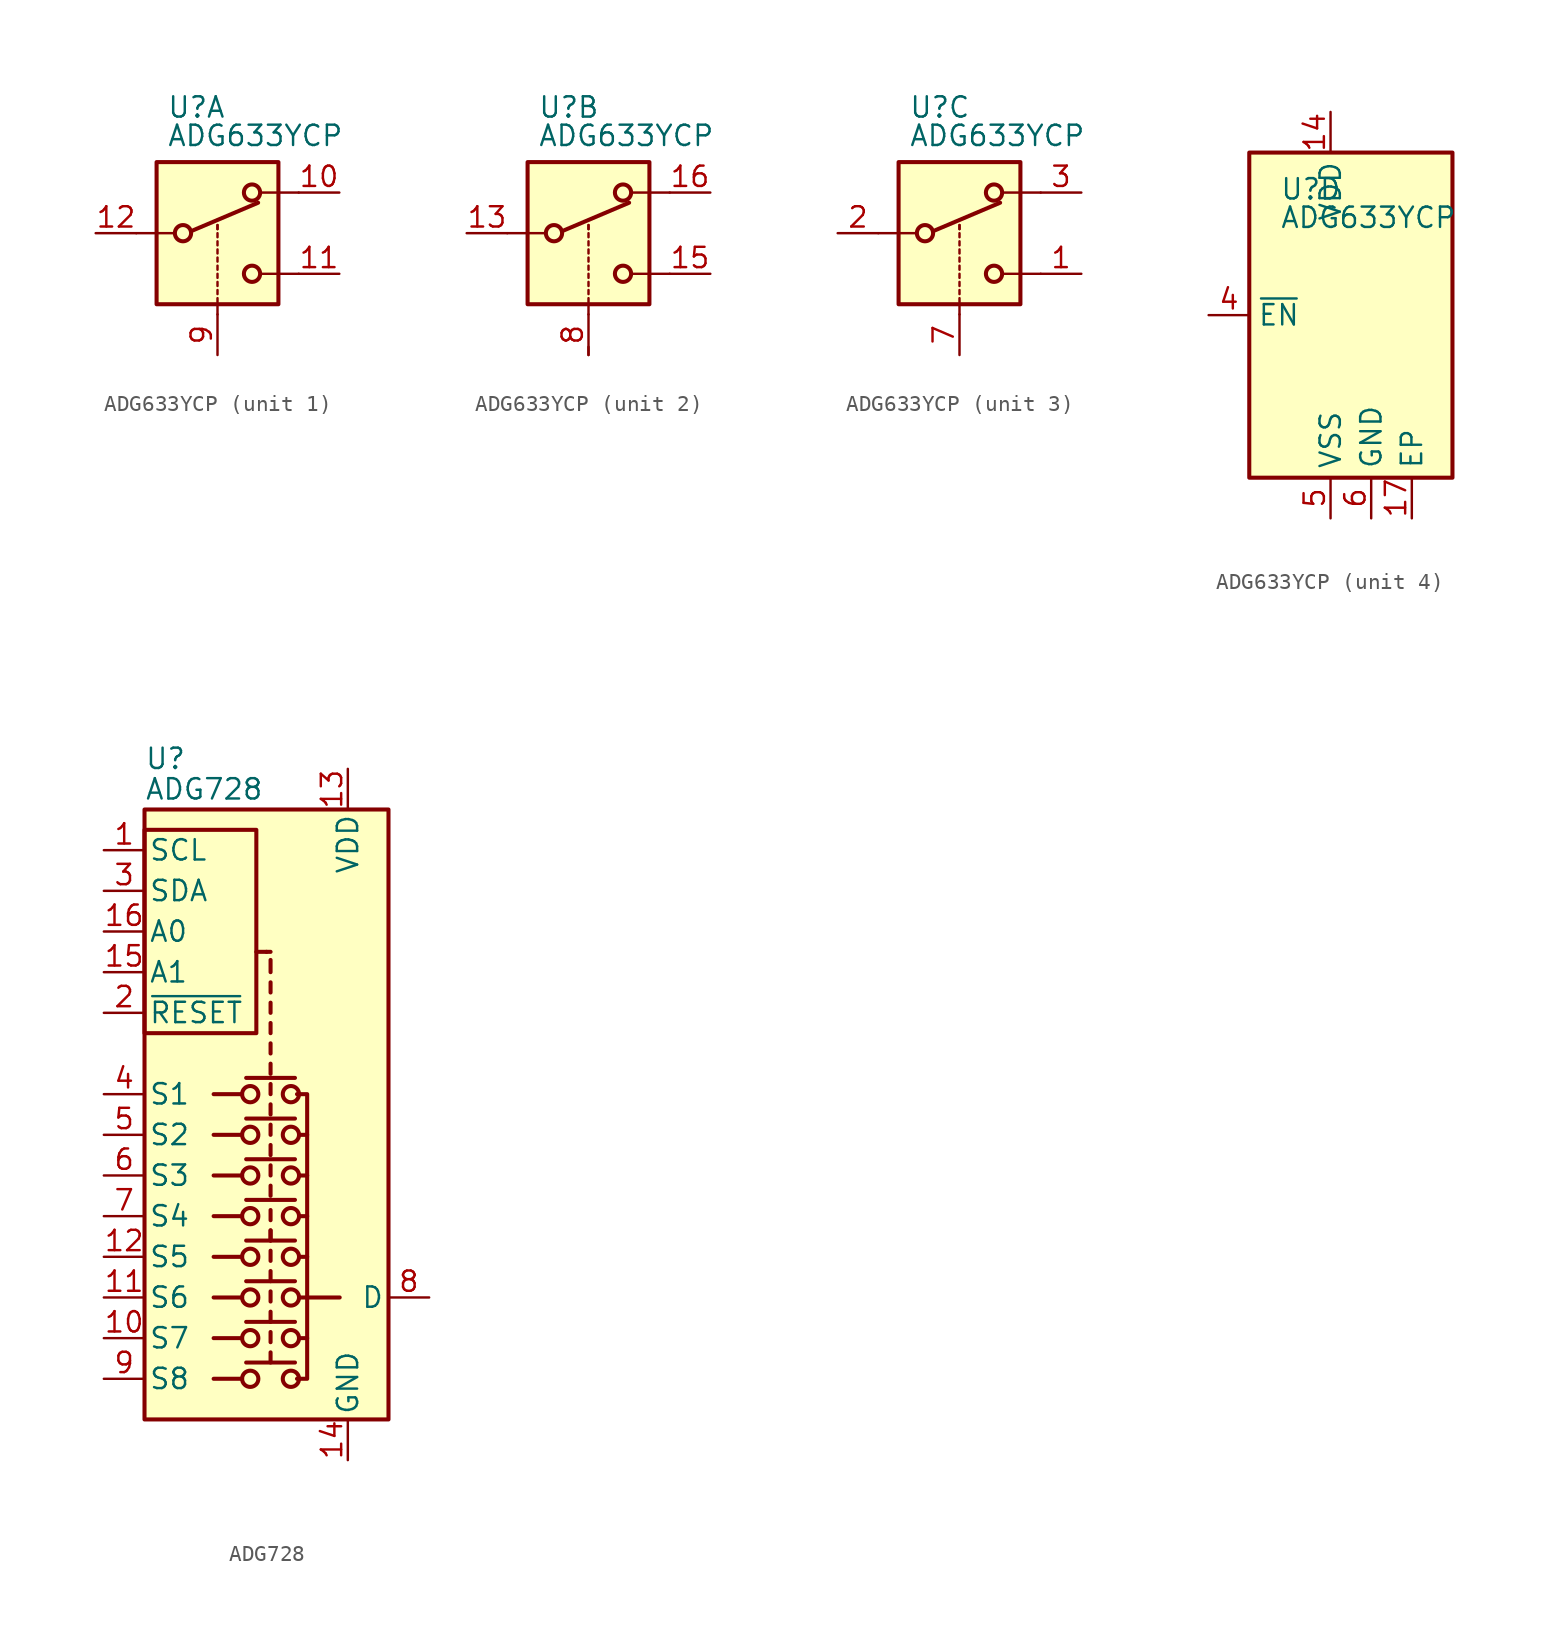
<source format=kicad_sym>
(kicad_symbol_lib
  (version 20231120)
  (generator "kicad_symbol_editor")
  (generator_version "8.0")
  (symbol "ADG633YCP"
    (property "Reference" "U"
      (at -3.175 7.874 0)
      (effects (font (size 1.27 1.27)) (justify left)))
    (property "Value" "ADG633YCP"
      (at -3.175 6.096 0)
      (effects (font (size 1.27 1.27)) (justify left)))
    (symbol "ADG633YCP_1_1"
      (rectangle (start -3.81 4.445) (end 3.81 -4.445) (stroke (width 0.254) (type default)) (fill (type background)))
      (circle (center -2.159 0) (radius 0.508) (stroke (width 0.254) (type default)) (fill (type none)))
      (polyline (pts (xy -5.08 0) (xy -2.794 0)) (stroke (width 0) (type default)) (fill (type none)))
      (polyline (pts (xy -1.651 0.127) (xy 2.54 1.905)) (stroke (width 0.254) (type default)) (fill (type none)))
      (polyline (pts (xy 0 -5.08) (xy 0 -4.572)) (stroke (width 0) (type default)) (fill (type none)))
      (polyline (pts (xy 0 -4.318) (xy 0 -4.064)) (stroke (width 0) (type default)) (fill (type none)))
      (polyline (pts (xy 0 -3.81) (xy 0 -3.556)) (stroke (width 0) (type default)) (fill (type none)))
      (polyline (pts (xy 0 -3.302) (xy 0 -3.048)) (stroke (width 0) (type default)) (fill (type none)))
      (polyline (pts (xy 0 -2.794) (xy 0 -2.54)) (stroke (width 0) (type default)) (fill (type none)))
      (polyline (pts (xy 0 -2.286) (xy 0 -2.032)) (stroke (width 0) (type default)) (fill (type none)))
      (polyline (pts (xy 0 -1.778) (xy 0 -1.524)) (stroke (width 0) (type default)) (fill (type none)))
      (polyline (pts (xy 0 -1.27) (xy 0 -1.016)) (stroke (width 0) (type default)) (fill (type none)))
      (polyline (pts (xy 0 -0.762) (xy 0 -0.508)) (stroke (width 0) (type default)) (fill (type none)))
      (polyline (pts (xy 0 -0.254) (xy 0 0)) (stroke (width 0) (type default)) (fill (type none)))
      (polyline (pts (xy 0 0.254) (xy 0 0.508)) (stroke (width 0) (type default)) (fill (type none)))
      (polyline (pts (xy 0 0.254) (xy 0 0.508)) (stroke (width 0) (type default)) (fill (type none)))
      (polyline (pts (xy 5.08 -2.54) (xy 2.794 -2.54)) (stroke (width 0) (type default)) (fill (type none)))
      (polyline (pts (xy 5.08 2.54) (xy 2.794 2.54)) (stroke (width 0) (type default)) (fill (type none)))
      (circle (center 2.159 -2.54) (radius 0.508) (stroke (width 0.254) (type default)) (fill (type none)))
      (circle (center 2.159 2.54) (radius 0.508) (stroke (width 0.254) (type default)) (fill (type none)))
      (pin passive line (at 7.62 2.54 180) (length 2.54) (name "~" (effects (font (size 1.27 1.27)))) (number "10" (effects (font (size 1.27 1.27)))))
      (pin passive line (at 7.62 -2.54 180) (length 2.54) (name "~" (effects (font (size 1.27 1.27)))) (number "11" (effects (font (size 1.27 1.27)))))
      (pin passive line (at -7.62 0 0) (length 2.54) (name "~" (effects (font (size 1.27 1.27)))) (number "12" (effects (font (size 1.27 1.27)))))
      (pin input line (at 0 -7.62 90) (length 2.54) (name "~" (effects (font (size 1.27 1.27)))) (number "9" (effects (font (size 1.27 1.27))))))
    (symbol "ADG633YCP_2_1"
      (rectangle (start -3.81 4.445) (end 3.81 -4.445) (stroke (width 0.254) (type default)) (fill (type background)))
      (circle (center -2.159 0) (radius 0.508) (stroke (width 0.254) (type default)) (fill (type none)))
      (polyline (pts (xy -5.08 0) (xy -2.794 0)) (stroke (width 0) (type default)) (fill (type none)))
      (polyline (pts (xy -1.651 0.127) (xy 2.54 1.905)) (stroke (width 0.254) (type default)) (fill (type none)))
      (polyline (pts (xy 0 -7.62) (xy 0 -7.112)) (stroke (width 0) (type default)) (fill (type none)))
      (polyline (pts (xy 0 -5.08) (xy 0 -4.572)) (stroke (width 0) (type default)) (fill (type none)))
      (polyline (pts (xy 0 -4.318) (xy 0 -4.064)) (stroke (width 0) (type default)) (fill (type none)))
      (polyline (pts (xy 0 -3.81) (xy 0 -3.556)) (stroke (width 0) (type default)) (fill (type none)))
      (polyline (pts (xy 0 -3.302) (xy 0 -3.048)) (stroke (width 0) (type default)) (fill (type none)))
      (polyline (pts (xy 0 -2.794) (xy 0 -2.54)) (stroke (width 0) (type default)) (fill (type none)))
      (polyline (pts (xy 0 -2.286) (xy 0 -2.032)) (stroke (width 0) (type default)) (fill (type none)))
      (polyline (pts (xy 0 -1.778) (xy 0 -1.524)) (stroke (width 0) (type default)) (fill (type none)))
      (polyline (pts (xy 0 -1.27) (xy 0 -1.016)) (stroke (width 0) (type default)) (fill (type none)))
      (polyline (pts (xy 0 -0.762) (xy 0 -0.508)) (stroke (width 0) (type default)) (fill (type none)))
      (polyline (pts (xy 0 -0.254) (xy 0 0)) (stroke (width 0) (type default)) (fill (type none)))
      (polyline (pts (xy 0 0.254) (xy 0 0.508)) (stroke (width 0) (type default)) (fill (type none)))
      (polyline (pts (xy 0 0.254) (xy 0 0.508)) (stroke (width 0) (type default)) (fill (type none)))
      (polyline (pts (xy 5.08 -2.54) (xy 2.794 -2.54)) (stroke (width 0) (type default)) (fill (type none)))
      (polyline (pts (xy 5.08 2.54) (xy 2.794 2.54)) (stroke (width 0) (type default)) (fill (type none)))
      (circle (center 2.159 -2.54) (radius 0.508) (stroke (width 0.254) (type default)) (fill (type none)))
      (circle (center 2.159 2.54) (radius 0.508) (stroke (width 0.254) (type default)) (fill (type none)))
      (pin passive line (at -7.62 0 0) (length 2.54) (name "~" (effects (font (size 1.27 1.27)))) (number "13" (effects (font (size 1.27 1.27)))))
      (pin passive line (at 7.62 -2.54 180) (length 2.54) (name "~" (effects (font (size 1.27 1.27)))) (number "15" (effects (font (size 1.27 1.27)))))
      (pin passive line (at 7.62 2.54 180) (length 2.54) (name "~" (effects (font (size 1.27 1.27)))) (number "16" (effects (font (size 1.27 1.27)))))
      (pin input line (at 0 -7.62 90) (length 2.54) (name "~" (effects (font (size 1.27 1.27)))) (number "8" (effects (font (size 1.27 1.27))))))
    (symbol "ADG633YCP_3_1"
      (rectangle (start -3.81 4.445) (end 3.81 -4.445) (stroke (width 0.254) (type default)) (fill (type background)))
      (circle (center -2.159 0) (radius 0.508) (stroke (width 0.254) (type default)) (fill (type none)))
      (polyline (pts (xy -5.08 0) (xy -2.794 0)) (stroke (width 0) (type default)) (fill (type none)))
      (polyline (pts (xy -1.651 0.127) (xy 2.54 1.905)) (stroke (width 0.254) (type default)) (fill (type none)))
      (polyline (pts (xy 0 -5.08) (xy 0 -4.572)) (stroke (width 0) (type default)) (fill (type none)))
      (polyline (pts (xy 0 -4.318) (xy 0 -4.064)) (stroke (width 0) (type default)) (fill (type none)))
      (polyline (pts (xy 0 -3.81) (xy 0 -3.556)) (stroke (width 0) (type default)) (fill (type none)))
      (polyline (pts (xy 0 -3.302) (xy 0 -3.048)) (stroke (width 0) (type default)) (fill (type none)))
      (polyline (pts (xy 0 -2.794) (xy 0 -2.54)) (stroke (width 0) (type default)) (fill (type none)))
      (polyline (pts (xy 0 -2.286) (xy 0 -2.032)) (stroke (width 0) (type default)) (fill (type none)))
      (polyline (pts (xy 0 -1.778) (xy 0 -1.524)) (stroke (width 0) (type default)) (fill (type none)))
      (polyline (pts (xy 0 -1.27) (xy 0 -1.016)) (stroke (width 0) (type default)) (fill (type none)))
      (polyline (pts (xy 0 -0.762) (xy 0 -0.508)) (stroke (width 0) (type default)) (fill (type none)))
      (polyline (pts (xy 0 -0.254) (xy 0 0)) (stroke (width 0) (type default)) (fill (type none)))
      (polyline (pts (xy 0 0.254) (xy 0 0.508)) (stroke (width 0) (type default)) (fill (type none)))
      (polyline (pts (xy 0 0.254) (xy 0 0.508)) (stroke (width 0) (type default)) (fill (type none)))
      (polyline (pts (xy 5.08 -2.54) (xy 2.794 -2.54)) (stroke (width 0) (type default)) (fill (type none)))
      (polyline (pts (xy 5.08 2.54) (xy 2.794 2.54)) (stroke (width 0) (type default)) (fill (type none)))
      (circle (center 2.159 -2.54) (radius 0.508) (stroke (width 0.254) (type default)) (fill (type none)))
      (circle (center 2.159 2.54) (radius 0.508) (stroke (width 0.254) (type default)) (fill (type none)))
      (pin passive line (at 7.62 -2.54 180) (length 2.54) (name "~" (effects (font (size 1.27 1.27)))) (number "1" (effects (font (size 1.27 1.27)))))
      (pin passive line (at -7.62 0 0) (length 2.54) (name "~" (effects (font (size 1.27 1.27)))) (number "2" (effects (font (size 1.27 1.27)))))
      (pin passive line (at 7.62 2.54 180) (length 2.54) (name "~" (effects (font (size 1.27 1.27)))) (number "3" (effects (font (size 1.27 1.27)))))
      (pin input line (at 0 -7.62 90) (length 2.54) (name "~" (effects (font (size 1.27 1.27)))) (number "7" (effects (font (size 1.27 1.27))))))
    (symbol "ADG633YCP_4_0"
      (pin power_in line (at 0 12.7 270) (length 2.54) (name "VDD" (effects (font (size 1.27 1.27)))) (number "14" (effects (font (size 1.27 1.27)))))
      (pin power_in line (at 5.08 -12.7 90) (length 2.54) (name "EP" (effects (font (size 1.27 1.27)))) (number "17" (effects (font (size 1.27 1.27)))))
      (pin input line (at -7.62 0 0) (length 2.54) (name "~{EN}" (effects (font (size 1.27 1.27)))) (number "4" (effects (font (size 1.27 1.27)))))
      (pin power_in line (at 0 -12.7 90) (length 2.54) (name "VSS" (effects (font (size 1.27 1.27)))) (number "5" (effects (font (size 1.27 1.27)))))
      (pin power_in line (at 2.54 -12.7 90) (length 2.54) (name "GND" (effects (font (size 1.27 1.27)))) (number "6" (effects (font (size 1.27 1.27))))))
    (symbol "ADG633YCP_4_1"
      (rectangle (start -5.08 10.16) (end 7.62 -10.16) (stroke (width 0.254) (type default)) (fill (type background)))))
  (symbol "ADG728"
    (pin_names
      (offset 0.254))
    (property "Reference" "U"
      (at -7.62 23.495 0)
      (effects (font (size 1.27 1.27)) (justify left)))
    (property "Value" "ADG728"
      (at -7.62 21.59 0)
      (effects (font (size 1.27 1.27)) (justify left)))
    (symbol "ADG728_0_1"
      (rectangle (start -7.62 6.35) (end -0.635 19.05) (stroke (width 0.254) (type default)) (fill (type none)))
      (rectangle (start -7.62 20.32) (end 7.62 -17.78) (stroke (width 0.254) (type default)) (fill (type background)))
      (circle (center -1.016 -15.24) (radius 0.508) (stroke (width 0.254) (type default)) (fill (type none)))
      (circle (center -1.016 -12.7) (radius 0.508) (stroke (width 0.254) (type default)) (fill (type none)))
      (circle (center -1.016 -10.16) (radius 0.508) (stroke (width 0.254) (type default)) (fill (type none)))
      (circle (center -1.016 -7.62) (radius 0.508) (stroke (width 0.254) (type default)) (fill (type none)))
      (circle (center -1.016 -5.08) (radius 0.508) (stroke (width 0.254) (type default)) (fill (type none)))
      (circle (center -1.016 -2.54) (radius 0.508) (stroke (width 0.254) (type default)) (fill (type none)))
      (circle (center -1.016 0) (radius 0.508) (stroke (width 0.254) (type default)) (fill (type none)))
      (circle (center -1.016 2.54) (radius 0.508) (stroke (width 0.254) (type default)) (fill (type none)))
      (polyline (pts (xy -1.524 -15.24) (xy -3.302 -15.24)) (stroke (width 0.254) (type default)) (fill (type none)))
      (polyline (pts (xy -1.524 -12.7) (xy -3.302 -12.7)) (stroke (width 0.254) (type default)) (fill (type none)))
      (polyline (pts (xy -1.524 -10.16) (xy -3.302 -10.16)) (stroke (width 0.254) (type default)) (fill (type none)))
      (polyline (pts (xy -1.524 -7.62) (xy -3.302 -7.62)) (stroke (width 0.254) (type default)) (fill (type none)))
      (polyline (pts (xy -1.524 -5.08) (xy -3.302 -5.08)) (stroke (width 0.254) (type default)) (fill (type none)))
      (polyline (pts (xy -1.524 -2.54) (xy -3.302 -2.54)) (stroke (width 0.254) (type default)) (fill (type none)))
      (polyline (pts (xy -1.524 0) (xy -3.302 0)) (stroke (width 0.254) (type default)) (fill (type none)))
      (polyline (pts (xy -1.524 2.54) (xy -3.302 2.54)) (stroke (width 0.254) (type default)) (fill (type none)))
      (polyline (pts (xy -1.27 -14.224) (xy 1.778 -14.224)) (stroke (width 0.254) (type default)) (fill (type none)))
      (polyline (pts (xy -1.27 -11.684) (xy 1.778 -11.684)) (stroke (width 0.254) (type default)) (fill (type none)))
      (polyline (pts (xy -1.27 -9.144) (xy 1.778 -9.144)) (stroke (width 0.254) (type default)) (fill (type none)))
      (polyline (pts (xy -1.27 -6.604) (xy 1.778 -6.604)) (stroke (width 0.254) (type default)) (fill (type none)))
      (polyline (pts (xy -1.27 -4.064) (xy 1.778 -4.064)) (stroke (width 0.254) (type default)) (fill (type none)))
      (polyline (pts (xy -1.27 -1.524) (xy 1.778 -1.524)) (stroke (width 0.254) (type default)) (fill (type none)))
      (polyline (pts (xy -1.27 1.016) (xy 1.778 1.016)) (stroke (width 0.254) (type default)) (fill (type none)))
      (polyline (pts (xy -1.27 3.556) (xy 1.778 3.556)) (stroke (width 0.254) (type default)) (fill (type none)))
      (polyline (pts (xy -0.635 11.43) (xy 0 11.43)) (stroke (width 0.254) (type default)) (fill (type none)))
      (polyline (pts (xy 0.254 -14.224) (xy 0.254 -13.589)) (stroke (width 0.254) (type default)) (fill (type none)))
      (polyline (pts (xy 0.254 -12.954) (xy 0.254 -12.319)) (stroke (width 0.254) (type default)) (fill (type none)))
      (polyline (pts (xy 0.254 -11.684) (xy 0.254 -11.049)) (stroke (width 0.254) (type default)) (fill (type none)))
      (polyline (pts (xy 0.254 -10.414) (xy 0.254 -9.779)) (stroke (width 0.254) (type default)) (fill (type none)))
      (polyline (pts (xy 0.254 -9.144) (xy 0.254 -8.509)) (stroke (width 0.254) (type default)) (fill (type none)))
      (polyline (pts (xy 0.254 -7.874) (xy 0.254 -7.239)) (stroke (width 0.254) (type default)) (fill (type none)))
      (polyline (pts (xy 0.254 -6.604) (xy 0.254 -5.969)) (stroke (width 0.254) (type default)) (fill (type none)))
      (polyline (pts (xy 0.254 -6.604) (xy 0.254 -5.969)) (stroke (width 0.254) (type default)) (fill (type none)))
      (polyline (pts (xy 0.254 -5.334) (xy 0.254 -4.699)) (stroke (width 0.254) (type default)) (fill (type none)))
      (polyline (pts (xy 0.254 -3.81) (xy 0.254 -3.175)) (stroke (width 0.254) (type default)) (fill (type none)))
      (polyline (pts (xy 0.254 -2.54) (xy 0.254 -1.905)) (stroke (width 0.254) (type default)) (fill (type none)))
      (polyline (pts (xy 0.254 -1.27) (xy 0.254 -0.635)) (stroke (width 0.254) (type default)) (fill (type none)))
      (polyline (pts (xy 0.254 0) (xy 0.254 0.635)) (stroke (width 0.254) (type default)) (fill (type none)))
      (polyline (pts (xy 0.254 1.27) (xy 0.254 1.905)) (stroke (width 0.254) (type default)) (fill (type none)))
      (polyline (pts (xy 0.254 2.54) (xy 0.254 3.175)) (stroke (width 0.254) (type default)) (fill (type none)))
      (polyline (pts (xy 0.254 3.81) (xy 0.254 4.445)) (stroke (width 0.254) (type default)) (fill (type none)))
      (polyline (pts (xy 0.254 5.08) (xy 0.254 5.715)) (stroke (width 0.254) (type default)) (fill (type none)))
      (polyline (pts (xy 0.254 6.35) (xy 0.254 6.985)) (stroke (width 0.254) (type default)) (fill (type none)))
      (polyline (pts (xy 0.254 7.62) (xy 0.254 8.255)) (stroke (width 0.254) (type default)) (fill (type none)))
      (polyline (pts (xy 0.254 8.89) (xy 0.254 9.525)) (stroke (width 0.254) (type default)) (fill (type none)))
      (polyline (pts (xy 0.254 10.16) (xy 0.254 10.922)) (stroke (width 0.254) (type default)) (fill (type none)))
      (polyline (pts (xy 0.254 11.43) (xy 0 11.43)) (stroke (width 0.254) (type default)) (fill (type none)))
      (polyline (pts (xy 2.032 -12.7) (xy 2.54 -12.7)) (stroke (width 0.254) (type default)) (fill (type none)))
      (polyline (pts (xy 2.032 -10.16) (xy 2.54 -10.16)) (stroke (width 0.254) (type default)) (fill (type none)))
      (polyline (pts (xy 2.032 -7.62) (xy 2.54 -7.62)) (stroke (width 0.254) (type default)) (fill (type none)))
      (polyline (pts (xy 2.032 -5.08) (xy 2.54 -5.08)) (stroke (width 0.254) (type default)) (fill (type none)))
      (polyline (pts (xy 2.032 -2.54) (xy 2.54 -2.54)) (stroke (width 0.254) (type default)) (fill (type none)))
      (polyline (pts (xy 2.032 0) (xy 2.54 0)) (stroke (width 0.254) (type default)) (fill (type none)))
      (polyline (pts (xy 4.572 -10.16) (xy 2.54 -10.16)) (stroke (width 0.254) (type default)) (fill (type none)))
      (polyline (pts (xy 1.905 2.54) (xy 2.54 2.54) (xy 2.54 -15.24) (xy 1.905 -15.24)) (stroke (width 0.254) (type default)) (fill (type none)))
      (circle (center 1.524 -15.24) (radius 0.508) (stroke (width 0.254) (type default)) (fill (type none)))
      (circle (center 1.524 -12.7) (radius 0.508) (stroke (width 0.254) (type default)) (fill (type none)))
      (circle (center 1.524 -10.16) (radius 0.508) (stroke (width 0.254) (type default)) (fill (type none)))
      (circle (center 1.524 -7.62) (radius 0.508) (stroke (width 0.254) (type default)) (fill (type none)))
      (circle (center 1.524 -5.08) (radius 0.508) (stroke (width 0.254) (type default)) (fill (type none)))
      (circle (center 1.524 -2.54) (radius 0.508) (stroke (width 0.254) (type default)) (fill (type none)))
      (circle (center 1.524 0) (radius 0.508) (stroke (width 0.254) (type default)) (fill (type none)))
      (circle (center 1.524 2.54) (radius 0.508) (stroke (width 0.254) (type default)) (fill (type none))))
    (symbol "ADG728_1_1"
      (pin input line (at -10.16 17.78 0) (length 2.54) (name "SCL" (effects (font (size 1.27 1.27)))) (number "1" (effects (font (size 1.27 1.27)))))
      (pin bidirectional line (at -10.16 -12.7 0) (length 2.54) (name "S7" (effects (font (size 1.27 1.27)))) (number "10" (effects (font (size 1.27 1.27)))))
      (pin bidirectional line (at -10.16 -10.16 0) (length 2.54) (name "S6" (effects (font (size 1.27 1.27)))) (number "11" (effects (font (size 1.27 1.27)))))
      (pin bidirectional line (at -10.16 -7.62 0) (length 2.54) (name "S5" (effects (font (size 1.27 1.27)))) (number "12" (effects (font (size 1.27 1.27)))))
      (pin power_in line (at 5.08 22.86 270) (length 2.54) (name "VDD" (effects (font (size 1.27 1.27)))) (number "13" (effects (font (size 1.27 1.27)))))
      (pin power_in line (at 5.08 -20.32 90) (length 2.54) (name "GND" (effects (font (size 1.27 1.27)))) (number "14" (effects (font (size 1.27 1.27)))))
      (pin input line (at -10.16 10.16 0) (length 2.54) (name "A1" (effects (font (size 1.27 1.27)))) (number "15" (effects (font (size 1.27 1.27)))))
      (pin input line (at -10.16 12.7 0) (length 2.54) (name "A0" (effects (font (size 1.27 1.27)))) (number "16" (effects (font (size 1.27 1.27)))))
      (pin input line (at -10.16 7.62 0) (length 2.54) (name "~{RESET}" (effects (font (size 1.27 1.27)))) (number "2" (effects (font (size 1.27 1.27)))))
      (pin bidirectional line (at -10.16 15.24 0) (length 2.54) (name "SDA" (effects (font (size 1.27 1.27)))) (number "3" (effects (font (size 1.27 1.27)))))
      (pin bidirectional line (at -10.16 2.54 0) (length 2.54) (name "S1" (effects (font (size 1.27 1.27)))) (number "4" (effects (font (size 1.27 1.27)))))
      (pin bidirectional line (at -10.16 0 0) (length 2.54) (name "S2" (effects (font (size 1.27 1.27)))) (number "5" (effects (font (size 1.27 1.27)))))
      (pin bidirectional line (at -10.16 -2.54 0) (length 2.54) (name "S3" (effects (font (size 1.27 1.27)))) (number "6" (effects (font (size 1.27 1.27)))))
      (pin bidirectional line (at -10.16 -5.08 0) (length 2.54) (name "S4" (effects (font (size 1.27 1.27)))) (number "7" (effects (font (size 1.27 1.27)))))
      (pin bidirectional line (at 10.16 -10.16 180) (length 2.54) (name "D" (effects (font (size 1.27 1.27)))) (number "8" (effects (font (size 1.27 1.27)))))
      (pin bidirectional line (at -10.16 -15.24 0) (length 2.54) (name "S8" (effects (font (size 1.27 1.27)))) (number "9" (effects (font (size 1.27 1.27))))))))
</source>
